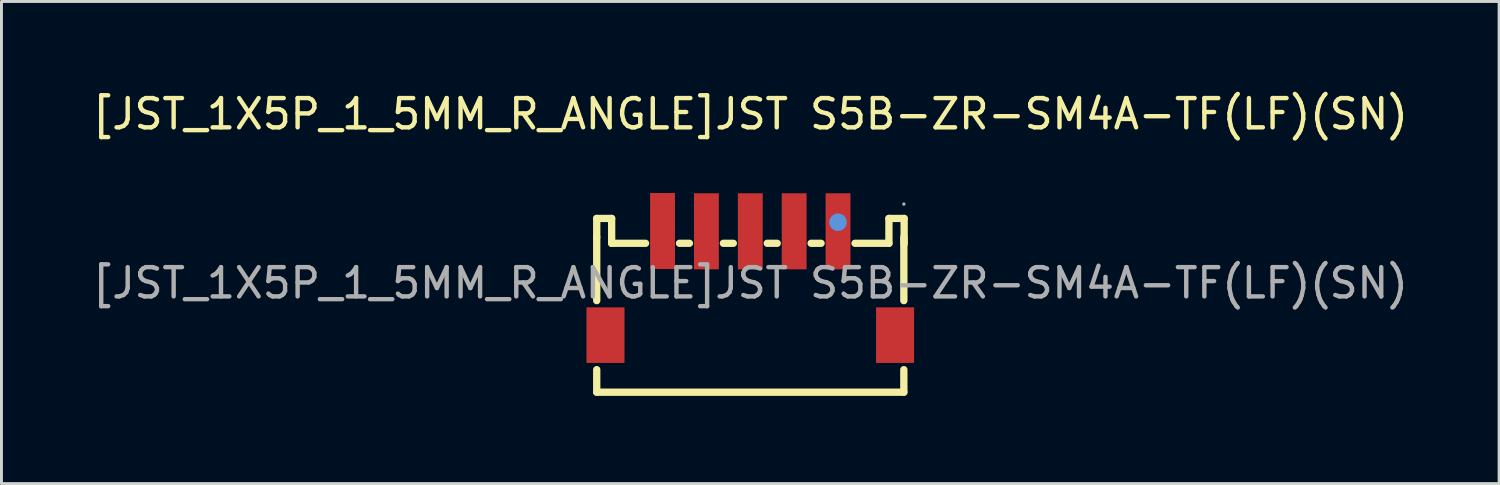
<source format=kicad_pcb>
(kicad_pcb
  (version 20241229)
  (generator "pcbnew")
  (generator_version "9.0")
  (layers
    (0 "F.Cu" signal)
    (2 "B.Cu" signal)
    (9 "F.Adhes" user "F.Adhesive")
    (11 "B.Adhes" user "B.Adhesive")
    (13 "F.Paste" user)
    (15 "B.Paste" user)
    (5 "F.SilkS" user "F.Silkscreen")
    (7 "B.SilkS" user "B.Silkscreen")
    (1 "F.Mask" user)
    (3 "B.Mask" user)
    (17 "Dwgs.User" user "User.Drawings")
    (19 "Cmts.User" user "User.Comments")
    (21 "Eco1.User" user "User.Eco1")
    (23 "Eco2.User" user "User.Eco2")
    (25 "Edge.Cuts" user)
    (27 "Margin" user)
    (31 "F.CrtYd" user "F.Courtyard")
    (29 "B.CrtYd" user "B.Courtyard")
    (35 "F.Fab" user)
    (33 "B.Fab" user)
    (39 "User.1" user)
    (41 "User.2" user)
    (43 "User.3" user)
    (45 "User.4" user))
  (footprint "[JST_1X5P_1_5MM_R_ANGLE]JST S5B-ZR-SM4A-TF(LF)(SN)"
    (layer "F.Cu")
    (at 22.601 6.628)
    (property "Reference" "[JST_1X5P_1_5MM_R_ANGLE]JST S5B-ZR-SM4A-TF(LF)(SN)" (at 0 -5.78 0) (layer "F.SilkS") (effects (font (size 1 1) (thickness 0.15))))
    (attr smd)
    (fp_line (start -5.25 -2.21) (end -4.74 -2.21) (stroke (width 0.25) (type solid)) (layer "F.SilkS"))
    (fp_line (start -5.25 -1.57) (end -5.25 -2.21) (stroke (width 0.25) (type solid)) (layer "F.SilkS"))
    (fp_line (start -5.25 0.6) (end -5.25 -1.57) (stroke (width 0.25) (type solid)) (layer "F.SilkS"))
    (fp_line (start -5.25 3.73) (end -5.25 2.96) (stroke (width 0.25) (type solid)) (layer "F.SilkS"))
    (fp_line (start -5.25 3.73) (end 5.25 3.73) (stroke (width 0.25) (type solid)) (layer "F.SilkS"))
    (fp_line (start -4.74 -2.21) (end -4.74 -1.36) (stroke (width 0.25) (type solid)) (layer "F.SilkS"))
    (fp_line (start -4.74 -1.36) (end -3.58 -1.36) (stroke (width 0.25) (type solid)) (layer "F.SilkS"))
    (fp_line (start -2.42 -1.36) (end -2.08 -1.36) (stroke (width 0.25) (type solid)) (layer "F.SilkS"))
    (fp_line (start -0.92 -1.36) (end -0.58 -1.36) (stroke (width 0.25) (type solid)) (layer "F.SilkS"))
    (fp_line (start 0.58 -1.36) (end 0.92 -1.36) (stroke (width 0.25) (type solid)) (layer "F.SilkS"))
    (fp_line (start 2.08 -1.36) (end 2.42 -1.36) (stroke (width 0.25) (type solid)) (layer "F.SilkS"))
    (fp_line (start 3.58 -1.36) (end 4.74 -1.36) (stroke (width 0.25) (type solid)) (layer "F.SilkS"))
    (fp_line (start 4.74 -2.21) (end 5.26 -2.21) (stroke (width 0.25) (type solid)) (layer "F.SilkS"))
    (fp_line (start 4.74 -1.36) (end 4.74 -2.21) (stroke (width 0.25) (type solid)) (layer "F.SilkS"))
    (fp_line (start 5.25 0.6) (end 5.25 -1.57) (stroke (width 0.25) (type solid)) (layer "F.SilkS"))
    (fp_line (start 5.25 3.73) (end 5.25 2.96) (stroke (width 0.25) (type solid)) (layer "F.SilkS"))
    (fp_line (start 5.26 -2.21) (end 5.26 -1.34) (stroke (width 0.25) (type solid)) (layer "F.SilkS"))
    (fp_circle (center 3 -2.08) (end 3.15 -2.08) (stroke (width 0.3) (type solid)) (fill no) (layer "Cmts.User"))
    (fp_circle (center 5.25 -2.7) (end 5.28 -2.7) (stroke (width 0.06) (type solid)) (fill no) (layer "F.Fab"))
    (fp_text user "${REFERENCE}" (at 0 0 0) (layer "F.Fab") (effects (font (size 1 1) (thickness 0.15))))
    (pad "1" smd rect (at 3 -1.77) (size 0.85 2.6) (layers "F.Cu" "F.Mask" "F.Paste"))
    (pad "2" smd rect (at 1.5 -1.77) (size 0.85 2.6) (layers "F.Cu" "F.Mask" "F.Paste"))
    (pad "3" smd rect (at 0 -1.77) (size 0.85 2.6) (layers "F.Cu" "F.Mask" "F.Paste"))
    (pad "4" smd rect (at -1.5 -1.77) (size 0.85 2.6) (layers "F.Cu" "F.Mask" "F.Paste"))
    (pad "5" smd rect (at -3 -1.78) (size 0.85 2.6) (layers "F.Cu" "F.Mask" "F.Paste"))
    (pad "6" smd rect (at -4.95 1.78) (size 1.3 1.9) (layers "F.Cu" "F.Mask" "F.Paste"))
    (pad "7" smd rect (at 4.95 1.78) (size 1.3 1.9) (layers "F.Cu" "F.Mask" "F.Paste")))
  (gr_rect
    (start -3 -3)
    (end 48.202 13.483)
    (stroke (width 0.1) (type default))
    (fill no)
    (layer "Edge.Cuts")))
</source>
